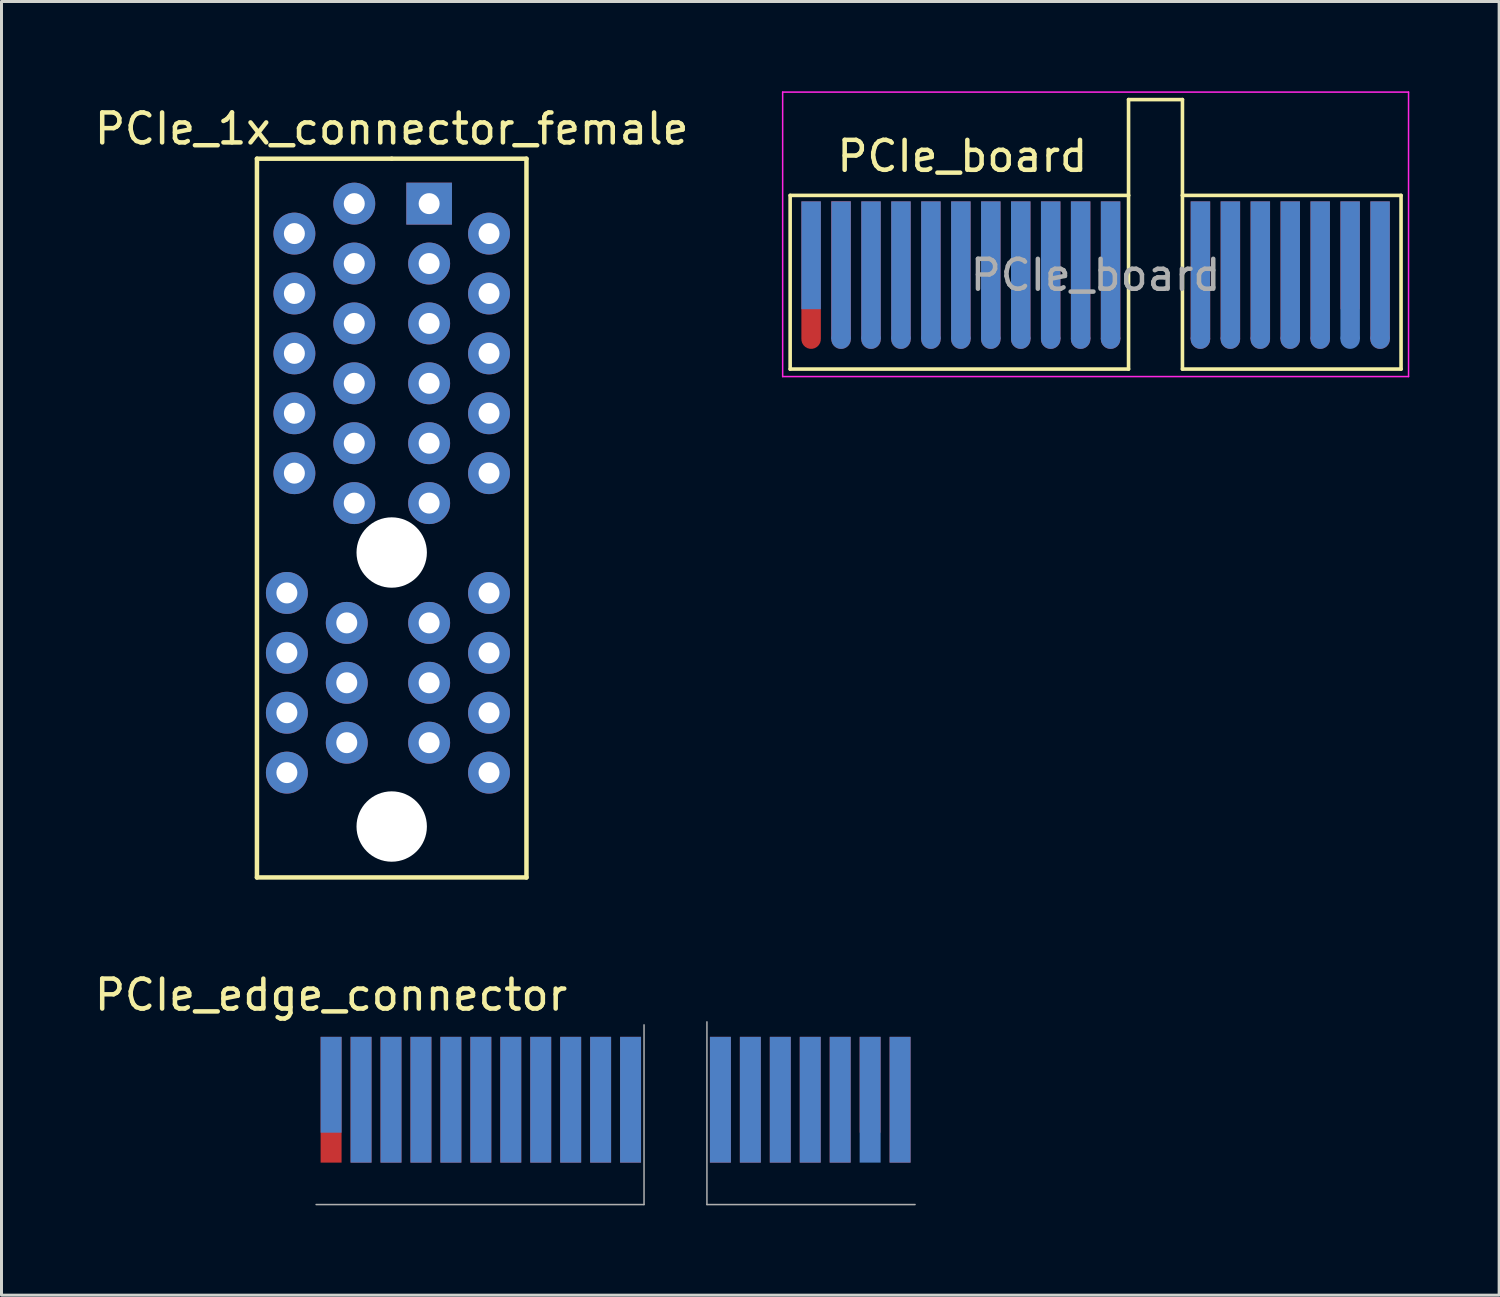
<source format=kicad_pcb>
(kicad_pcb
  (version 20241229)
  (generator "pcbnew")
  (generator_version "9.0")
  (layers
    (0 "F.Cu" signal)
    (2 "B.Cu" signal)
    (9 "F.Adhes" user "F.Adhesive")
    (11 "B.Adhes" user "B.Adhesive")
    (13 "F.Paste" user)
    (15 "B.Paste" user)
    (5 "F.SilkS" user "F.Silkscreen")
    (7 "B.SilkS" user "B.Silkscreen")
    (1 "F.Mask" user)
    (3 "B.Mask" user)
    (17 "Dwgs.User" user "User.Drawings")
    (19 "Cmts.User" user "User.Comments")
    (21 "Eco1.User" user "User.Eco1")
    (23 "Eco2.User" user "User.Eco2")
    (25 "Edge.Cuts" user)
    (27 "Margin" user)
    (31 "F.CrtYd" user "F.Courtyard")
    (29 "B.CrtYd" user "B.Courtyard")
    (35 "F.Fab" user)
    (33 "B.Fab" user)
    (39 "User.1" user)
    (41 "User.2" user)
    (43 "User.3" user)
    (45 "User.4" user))
  (footprint "PCIe_edge_connector"
    (layer "F.Cu")
    (at 8.006 29.673)
    (property "Reference" "PCIe_edge_connector" (at 0 0.5 0) (layer "F.SilkS") (effects (font (size 1 1) (thickness 0.15))))
    (attr through_hole)
    (fp_line (start -0.5 7.5) (end 10.45 7.5) (stroke (width 0.05) (type solid)) (layer "F.Fab"))
    (fp_line (start 10.45 7.5) (end 10.45 1.5) (stroke (width 0.05) (type solid)) (layer "F.Fab"))
    (fp_line (start 12.55 1.4) (end 12.55 7.5) (stroke (width 0.05) (type solid)) (layer "F.Fab"))
    (fp_line (start 12.55 7.5) (end 19.5 7.5) (stroke (width 0.05) (type solid)) (layer "F.Fab"))
    (pad "A1" connect rect (at 0 3.5) (size 0.7 3.2) (layers "B.Cu" "B.Mask"))
    (pad "A2" connect rect (at 1 4) (size 0.7 4.2) (layers "B.Cu" "B.Mask"))
    (pad "A3" connect rect (at 2 4) (size 0.7 4.2) (layers "B.Cu" "B.Mask"))
    (pad "A4" connect rect (at 3 4) (size 0.7 4.2) (layers "B.Cu" "B.Mask"))
    (pad "A5" connect rect (at 4 4) (size 0.7 4.2) (layers "B.Cu" "B.Mask"))
    (pad "A6" connect rect (at 5 4) (size 0.7 4.2) (layers "B.Cu" "B.Mask"))
    (pad "A7" connect rect (at 6 4) (size 0.7 4.2) (layers "B.Cu" "B.Mask"))
    (pad "A8" connect rect (at 7 4) (size 0.7 4.2) (layers "B.Cu" "B.Mask"))
    (pad "A9" connect rect (at 8 4) (size 0.7 4.2) (layers "B.Cu" "B.Mask"))
    (pad "A10" connect rect (at 9 4) (size 0.7 4.2) (layers "B.Cu" "B.Mask"))
    (pad "A11" connect rect (at 10 4) (size 0.7 4.2) (layers "B.Cu" "B.Mask"))
    (pad "A12" connect rect (at 13 4) (size 0.7 4.2) (layers "B.Cu" "B.Mask"))
    (pad "A13" connect rect (at 14 4) (size 0.7 4.2) (layers "B.Cu" "B.Mask"))
    (pad "A14" connect rect (at 15 4) (size 0.7 4.2) (layers "B.Cu" "B.Mask"))
    (pad "A15" connect rect (at 16 4) (size 0.7 4.2) (layers "B.Cu" "B.Mask"))
    (pad "A16" connect rect (at 17 4) (size 0.7 4.2) (layers "B.Cu" "B.Mask"))
    (pad "A17" connect rect (at 18 4) (size 0.7 4.2) (layers "B.Cu" "B.Mask"))
    (pad "A18" connect rect (at 19 4) (size 0.7 4.2) (layers "B.Cu" "B.Mask"))
    (pad "B1" connect rect (at 0 4) (size 0.7 4.2) (layers "F.Cu" "F.Mask"))
    (pad "B2" connect rect (at 1 4) (size 0.7 4.2) (layers "F.Cu" "F.Mask"))
    (pad "B3" connect rect (at 2 4) (size 0.7 4.2) (layers "F.Cu" "F.Mask"))
    (pad "B4" connect rect (at 3 4) (size 0.7 4.2) (layers "F.Cu" "F.Mask"))
    (pad "B5" connect rect (at 4 4) (size 0.7 4.2) (layers "F.Cu" "F.Mask"))
    (pad "B6" connect rect (at 5 4) (size 0.7 4.2) (layers "F.Cu" "F.Mask"))
    (pad "B7" connect rect (at 6 4) (size 0.7 4.2) (layers "F.Cu" "F.Mask"))
    (pad "B8" connect rect (at 7 4) (size 0.7 4.2) (layers "F.Cu" "F.Mask"))
    (pad "B9" connect rect (at 8 4) (size 0.7 4.2) (layers "F.Cu" "F.Mask"))
    (pad "B10" connect rect (at 9 4) (size 0.7 4.2) (layers "F.Cu" "F.Mask"))
    (pad "B11" connect rect (at 10 4) (size 0.7 4.2) (layers "F.Cu" "F.Mask"))
    (pad "B12" connect rect (at 13 4) (size 0.7 4.2) (layers "F.Cu" "F.Mask"))
    (pad "B13" connect rect (at 14 4) (size 0.7 4.2) (layers "F.Cu" "F.Mask"))
    (pad "B14" connect rect (at 15 4) (size 0.7 4.2) (layers "F.Cu" "F.Mask"))
    (pad "B15" connect rect (at 16 4) (size 0.7 4.2) (layers "F.Cu" "F.Mask"))
    (pad "B16" connect rect (at 17 4) (size 0.7 4.2) (layers "F.Cu" "F.Mask"))
    (pad "B17" connect rect (at 18 3.5) (size 0.7 3.2) (layers "F.Cu" "F.Mask"))
    (pad "B18" connect rect (at 19 4) (size 0.7 4.2) (layers "F.Cu" "F.Mask")))
  (footprint "PCIe_1x_connector_female"
    (layer "F.Cu")
    (at 10.03 0.25)
    (property "Reference" "PCIe_1x_connector_female" (at 0 1 0) (layer "F.SilkS") (effects (font (size 1 1) (thickness 0.15))))
    (attr through_hole)
    (fp_line (start -4.5 2) (end 0 2) (stroke (width 0.15) (type solid)) (layer "F.SilkS"))
    (fp_line (start -4.5 26) (end -4.5 2) (stroke (width 0.15) (type solid)) (layer "F.SilkS"))
    (fp_line (start 0 2) (end 4.5 2) (stroke (width 0.15) (type solid)) (layer "F.SilkS"))
    (fp_line (start 4.5 2) (end 4.5 26) (stroke (width 0.15) (type solid)) (layer "F.SilkS"))
    (fp_line (start 4.5 26) (end -4.5 26) (stroke (width 0.15) (type solid)) (layer "F.SilkS"))
    (pad "" np_thru_hole circle (at 0 15.15 180) (size 2.35 2.35) (drill 2.35) (layers "*.Cu" "*.Mask"))
    (pad "" np_thru_hole circle (at 0 24.3 180) (size 2.35 2.35) (drill 2.35) (layers "*.Cu" "*.Mask"))
    (pad "A1" thru_hole rect (at 1.25 3.5) (size 1.524 1.4) (drill 0.7) (layers "*.Cu" "*.Mask"))
    (pad "A2" thru_hole circle (at 3.25 4.5) (size 1.4 1.4) (drill 0.7) (layers "*.Cu" "*.Mask"))
    (pad "A3" thru_hole circle (at 1.25 5.5) (size 1.4 1.4) (drill 0.7) (layers "*.Cu" "*.Mask"))
    (pad "A4" thru_hole circle (at 3.25 6.5) (size 1.4 1.4) (drill 0.7) (layers "*.Cu" "*.Mask"))
    (pad "A5" thru_hole circle (at 1.25 7.5) (size 1.4 1.4) (drill 0.7) (layers "*.Cu" "*.Mask"))
    (pad "A6" thru_hole circle (at 3.25 8.5) (size 1.4 1.4) (drill 0.7) (layers "*.Cu" "*.Mask"))
    (pad "A7" thru_hole circle (at 1.25 9.5) (size 1.4 1.4) (drill 0.7) (layers "*.Cu" "*.Mask"))
    (pad "A8" thru_hole circle (at 3.25 10.5) (size 1.4 1.4) (drill 0.7) (layers "*.Cu" "*.Mask"))
    (pad "A9" thru_hole circle (at 1.25 11.5) (size 1.4 1.4) (drill 0.7) (layers "*.Cu" "*.Mask"))
    (pad "A10" thru_hole circle (at 3.25 12.5) (size 1.4 1.4) (drill 0.7) (layers "*.Cu" "*.Mask"))
    (pad "A11" thru_hole circle (at 1.25 13.5) (size 1.4 1.4) (drill 0.7) (layers "*.Cu" "*.Mask"))
    (pad "A12" thru_hole circle (at 3.25 16.5 180) (size 1.4 1.4) (drill 0.7) (layers "*.Cu" "*.Mask"))
    (pad "A13" thru_hole circle (at 1.25 17.5 180) (size 1.4 1.4) (drill 0.7) (layers "*.Cu" "*.Mask"))
    (pad "A14" thru_hole circle (at 3.25 18.5 180) (size 1.4 1.4) (drill 0.7) (layers "*.Cu" "*.Mask"))
    (pad "A15" thru_hole circle (at 1.25 19.5 180) (size 1.4 1.4) (drill 0.7) (layers "*.Cu" "*.Mask"))
    (pad "A16" thru_hole circle (at 3.25 20.5 180) (size 1.4 1.4) (drill 0.7) (layers "*.Cu" "*.Mask"))
    (pad "A17" thru_hole circle (at 1.25 21.5 180) (size 1.4 1.4) (drill 0.7) (layers "*.Cu" "*.Mask"))
    (pad "A18" thru_hole circle (at 3.25 22.5 180) (size 1.4 1.4) (drill 0.7) (layers "*.Cu" "*.Mask"))
    (pad "B1" thru_hole circle (at -1.25 3.5 180) (size 1.4 1.4) (drill 0.7) (layers "*.Cu" "*.Mask"))
    (pad "B2" thru_hole circle (at -3.25 4.5 180) (size 1.4 1.4) (drill 0.7) (layers "*.Cu" "*.Mask"))
    (pad "B3" thru_hole circle (at -1.25 5.5 180) (size 1.4 1.4) (drill 0.7) (layers "*.Cu" "*.Mask"))
    (pad "B4" thru_hole circle (at -3.25 6.5 180) (size 1.4 1.4) (drill 0.7) (layers "*.Cu" "*.Mask"))
    (pad "B5" thru_hole circle (at -1.25 7.5 180) (size 1.4 1.4) (drill 0.7) (layers "*.Cu" "*.Mask"))
    (pad "B6" thru_hole circle (at -3.25 8.5 180) (size 1.4 1.4) (drill 0.7) (layers "*.Cu" "*.Mask"))
    (pad "B7" thru_hole circle (at -1.25 9.5 180) (size 1.4 1.4) (drill 0.7) (layers "*.Cu" "*.Mask"))
    (pad "B8" thru_hole circle (at -3.25 10.5 180) (size 1.4 1.4) (drill 0.7) (layers "*.Cu" "*.Mask"))
    (pad "B9" thru_hole circle (at -1.25 11.5 180) (size 1.4 1.4) (drill 0.7) (layers "*.Cu" "*.Mask"))
    (pad "B10" thru_hole circle (at -3.25 12.5 180) (size 1.4 1.4) (drill 0.7) (layers "*.Cu" "*.Mask"))
    (pad "B11" thru_hole circle (at -1.25 13.5 180) (size 1.4 1.4) (drill 0.7) (layers "*.Cu" "*.Mask"))
    (pad "B12" thru_hole circle (at -3.5 16.5) (size 1.4 1.4) (drill 0.7) (layers "*.Cu" "*.Mask"))
    (pad "B13" thru_hole circle (at -1.5 17.5) (size 1.4 1.4) (drill 0.7) (layers "*.Cu" "*.Mask"))
    (pad "B14" thru_hole circle (at -3.5 18.5) (size 1.4 1.4) (drill 0.7) (layers "*.Cu" "*.Mask"))
    (pad "B15" thru_hole circle (at -1.5 19.5) (size 1.4 1.4) (drill 0.7) (layers "*.Cu" "*.Mask"))
    (pad "B16" thru_hole circle (at -3.5 20.5) (size 1.4 1.4) (drill 0.7) (layers "*.Cu" "*.Mask"))
    (pad "B17" thru_hole circle (at -1.5 21.5) (size 1.4 1.4) (drill 0.7) (layers "*.Cu" "*.Mask"))
    (pad "B18" thru_hole circle (at -3.5 22.5) (size 1.4 1.4) (drill 0.7) (layers "*.Cu" "*.Mask")))
  (footprint "PCIe_board"
    (layer "F.Cu")
    (at 24.035 5.475)
    (property "Reference" "PCIe_board" (at 5.05 -3.31 0) (layer "F.SilkS") (effects (font (size 1 1) (thickness 0.15))))
    (attr exclude_from_pos_files exclude_from_bom)
    (fp_line (start -0.7 -2) (end 10.6 -2) (stroke (width 0.12) (type solid)) (layer "F.SilkS"))
    (fp_line (start -0.7 3.8) (end -0.7 -2) (stroke (width 0.12) (type solid)) (layer "F.SilkS"))
    (fp_line (start 10.6 -5.2) (end 12.4 -5.2) (stroke (width 0.12) (type solid)) (layer "F.SilkS"))
    (fp_line (start 10.6 -2) (end 10.6 -5.2) (stroke (width 0.12) (type solid)) (layer "F.SilkS"))
    (fp_line (start 10.6 -2) (end 10.6 3.8) (stroke (width 0.12) (type solid)) (layer "F.SilkS"))
    (fp_line (start 10.6 3.8) (end -0.7 3.8) (stroke (width 0.12) (type solid)) (layer "F.SilkS"))
    (fp_line (start 12.4 -5.2) (end 12.4 -2) (stroke (width 0.12) (type solid)) (layer "F.SilkS"))
    (fp_line (start 12.4 -2) (end 12.4 3.8) (stroke (width 0.12) (type solid)) (layer "F.SilkS"))
    (fp_line (start 12.4 3.8) (end 19.7 3.8) (stroke (width 0.12) (type solid)) (layer "F.SilkS"))
    (fp_line (start 19.7 -2) (end 12.4 -2) (stroke (width 0.12) (type solid)) (layer "F.SilkS"))
    (fp_line (start 19.7 -2) (end 19.7 3.8) (stroke (width 0.12) (type solid)) (layer "F.SilkS"))
    (fp_line (start -0.95 -5.45) (end -0.95 4.05) (stroke (width 0.05) (type solid)) (layer "F.CrtYd"))
    (fp_line (start -0.95 -5.45) (end 19.95 -5.45) (stroke (width 0.05) (type solid)) (layer "F.CrtYd"))
    (fp_line (start 19.95 4.05) (end -0.95 4.05) (stroke (width 0.05) (type solid)) (layer "F.CrtYd"))
    (fp_line (start 19.95 4.05) (end 19.95 -5.45) (stroke (width 0.05) (type solid)) (layer "F.CrtYd"))
    (fp_text user "${REFERENCE}" (at 9.5 0.662 0) (layer "F.Fab") (effects (font (size 1 1) (thickness 0.15))))
    (pad "" connect oval (at 1 2.8 90) (size 0.65 0.65) (layers "B.Cu" "B.Mask"))
    (pad "" connect circle (at 2 2.8) (size 0.65 0.65) (layers "F.Cu" "F.Mask"))
    (pad "" connect oval (at 2 2.8 90) (size 0.65 0.65) (layers "B.Cu" "B.Mask"))
    (pad "" connect circle (at 3 2.8) (size 0.65 0.65) (layers "F.Cu" "F.Mask"))
    (pad "" connect oval (at 3 2.8 90) (size 0.65 0.65) (layers "B.Cu" "B.Mask"))
    (pad "" connect circle (at 4 2.8) (size 0.65 0.65) (layers "F.Cu" "F.Mask"))
    (pad "" connect oval (at 4 2.8 90) (size 0.65 0.65) (layers "B.Cu" "B.Mask"))
    (pad "" connect circle (at 5 2.8) (size 0.65 0.65) (layers "F.Cu" "F.Mask"))
    (pad "" connect oval (at 5 2.8 90) (size 0.65 0.65) (layers "B.Cu" "B.Mask"))
    (pad "" connect circle (at 6 2.8) (size 0.65 0.65) (layers "F.Cu" "F.Mask"))
    (pad "" connect oval (at 6 2.8 90) (size 0.65 0.65) (layers "B.Cu" "B.Mask"))
    (pad "" connect circle (at 7 2.8) (size 0.65 0.65) (layers "F.Cu" "F.Mask"))
    (pad "" connect oval (at 7 2.8 90) (size 0.65 0.65) (layers "B.Cu" "B.Mask"))
    (pad "" connect circle (at 8 2.8) (size 0.65 0.65) (layers "F.Cu" "F.Mask"))
    (pad "" connect oval (at 8 2.8 90) (size 0.65 0.65) (layers "B.Cu" "B.Mask"))
    (pad "" connect circle (at 9 2.8) (size 0.65 0.65) (layers "F.Cu" "F.Mask"))
    (pad "" connect oval (at 9 2.8 90) (size 0.65 0.65) (layers "B.Cu" "B.Mask"))
    (pad "" connect circle (at 10 2.8) (size 0.65 0.65) (layers "F.Cu" "F.Mask"))
    (pad "" connect oval (at 10 2.8 90) (size 0.65 0.65) (layers "B.Cu" "B.Mask"))
    (pad "" connect circle (at 13 2.8) (size 0.65 0.65) (layers "F.Cu" "F.Mask"))
    (pad "" connect oval (at 13 2.8 90) (size 0.65 0.65) (layers "B.Cu" "B.Mask"))
    (pad "" connect circle (at 14 2.8) (size 0.65 0.65) (layers "F.Cu" "F.Mask"))
    (pad "" connect oval (at 14 2.8 90) (size 0.65 0.65) (layers "B.Cu" "B.Mask"))
    (pad "" connect circle (at 15 2.8) (size 0.65 0.65) (layers "F.Cu" "F.Mask"))
    (pad "" connect oval (at 15 2.8 90) (size 0.65 0.65) (layers "B.Cu" "B.Mask"))
    (pad "" connect circle (at 16 2.8) (size 0.65 0.65) (layers "F.Cu" "F.Mask"))
    (pad "" connect oval (at 16 2.8 90) (size 0.65 0.65) (layers "B.Cu" "B.Mask"))
    (pad "" connect circle (at 17 2.8) (size 0.65 0.65) (layers "F.Cu" "F.Mask"))
    (pad "" connect oval (at 17 2.8 90) (size 0.65 0.65) (layers "B.Cu" "B.Mask"))
    (pad "" connect oval (at 18 2.8 90) (size 0.65 0.65) (layers "B.Cu" "B.Mask"))
    (pad "" connect circle (at 19 2.8) (size 0.65 0.65) (layers "F.Cu" "F.Mask"))
    (pad "" connect oval (at 19 2.8 90) (size 0.65 0.65) (layers "B.Cu" "B.Mask"))
    (pad "A1" connect rect (at 0 0) (size 0.65 3.6) (layers "B.Cu" "B.Mask"))
    (pad "A2" connect rect (at 1 0.5) (size 0.65 4.6) (layers "B.Cu" "B.Mask"))
    (pad "A3" connect rect (at 2 0.5) (size 0.65 4.6) (layers "B.Cu" "B.Mask"))
    (pad "A4" connect rect (at 3 0.5) (size 0.65 4.6) (layers "B.Cu" "B.Mask"))
    (pad "A5" connect rect (at 4 0.5) (size 0.65 4.6) (layers "B.Cu" "B.Mask"))
    (pad "A6" connect rect (at 5 0.5) (size 0.65 4.6) (layers "B.Cu" "B.Mask"))
    (pad "A7" connect rect (at 6 0.5) (size 0.65 4.6) (layers "B.Cu" "B.Mask"))
    (pad "A8" connect rect (at 7 0.5) (size 0.65 4.6) (layers "B.Cu" "B.Mask"))
    (pad "A9" connect rect (at 8 0.5) (size 0.65 4.6) (layers "B.Cu" "B.Mask"))
    (pad "A10" connect rect (at 9 0.5) (size 0.65 4.6) (layers "B.Cu" "B.Mask"))
    (pad "A11" connect rect (at 10 0.5) (size 0.65 4.6) (layers "B.Cu" "B.Mask"))
    (pad "A12" connect rect (at 13 0.5) (size 0.65 4.6) (layers "B.Cu" "B.Mask"))
    (pad "A13" connect rect (at 14 0.5) (size 0.65 4.6) (layers "B.Cu" "B.Mask"))
    (pad "A14" connect rect (at 15 0.5) (size 0.65 4.6) (layers "B.Cu" "B.Mask"))
    (pad "A15" connect rect (at 16 0.5) (size 0.65 4.6) (layers "B.Cu" "B.Mask"))
    (pad "A16" connect rect (at 17 0.5) (size 0.65 4.6) (layers "B.Cu" "B.Mask"))
    (pad "A17" connect rect (at 18 0.5) (size 0.65 4.6) (layers "B.Cu" "B.Mask"))
    (pad "A18" connect rect (at 19 0.5) (size 0.65 4.6) (layers "B.Cu" "B.Mask"))
    (pad "B1" connect custom (at 0 0.5) (size 0.65 4.6) (layers "F.Cu" "F.Mask") (options (anchor rect)) (primitives (gr_circle (center 0 2.3) (end 0.325 2.3) (width 0) (fill yes))))
    (pad "B2" connect rect (at 1 0.5) (size 0.65 4.6) (layers "F.Cu" "F.Mask"))
    (pad "B2" connect custom (at 1 0.5) (size 0.65 4.6) (layers "F.Cu" "F.Mask") (options (anchor rect)) (primitives (gr_circle (center 0 2.3) (end 0.325 2.3) (width 0) (fill yes))))
    (pad "B3" connect rect (at 2 0.5) (size 0.65 4.6) (layers "F.Cu" "F.Mask"))
    (pad "B4" connect rect (at 3 0.5) (size 0.65 4.6) (layers "F.Cu" "F.Mask"))
    (pad "B5" connect rect (at 4 0.5) (size 0.65 4.6) (layers "F.Cu" "F.Mask"))
    (pad "B6" connect rect (at 5 0.5) (size 0.65 4.6) (layers "F.Cu" "F.Mask"))
    (pad "B7" connect rect (at 6 0.5) (size 0.65 4.6) (layers "F.Cu" "F.Mask"))
    (pad "B8" connect rect (at 7 0.5) (size 0.65 4.6) (layers "F.Cu" "F.Mask"))
    (pad "B9" connect rect (at 8 0.5) (size 0.65 4.6) (layers "F.Cu" "F.Mask"))
    (pad "B10" connect rect (at 9 0.5) (size 0.65 4.6) (layers "F.Cu" "F.Mask"))
    (pad "B11" connect rect (at 10 0.5) (size 0.65 4.6) (layers "F.Cu" "F.Mask"))
    (pad "B12" connect rect (at 13 0.5) (size 0.65 4.6) (layers "F.Cu" "F.Mask"))
    (pad "B13" connect rect (at 14 0.5) (size 0.65 4.6) (layers "F.Cu" "F.Mask"))
    (pad "B14" connect rect (at 15 0.5) (size 0.65 4.6) (layers "F.Cu" "F.Mask"))
    (pad "B15" connect rect (at 16 0.5) (size 0.65 4.6) (layers "F.Cu" "F.Mask"))
    (pad "B16" connect rect (at 17 0.5) (size 0.65 4.6) (layers "F.Cu" "F.Mask"))
    (pad "B17" connect rect (at 18 0) (size 0.65 3.6) (layers "F.Cu" "F.Mask"))
    (pad "B18" connect rect (at 19 0.5) (size 0.65 4.6) (layers "F.Cu" "F.Mask")))
  (gr_rect
    (start -3 -3)
    (end 47.01 40.198)
    (stroke (width 0.1) (type default))
    (fill no)
    (layer "Edge.Cuts")))
</source>
